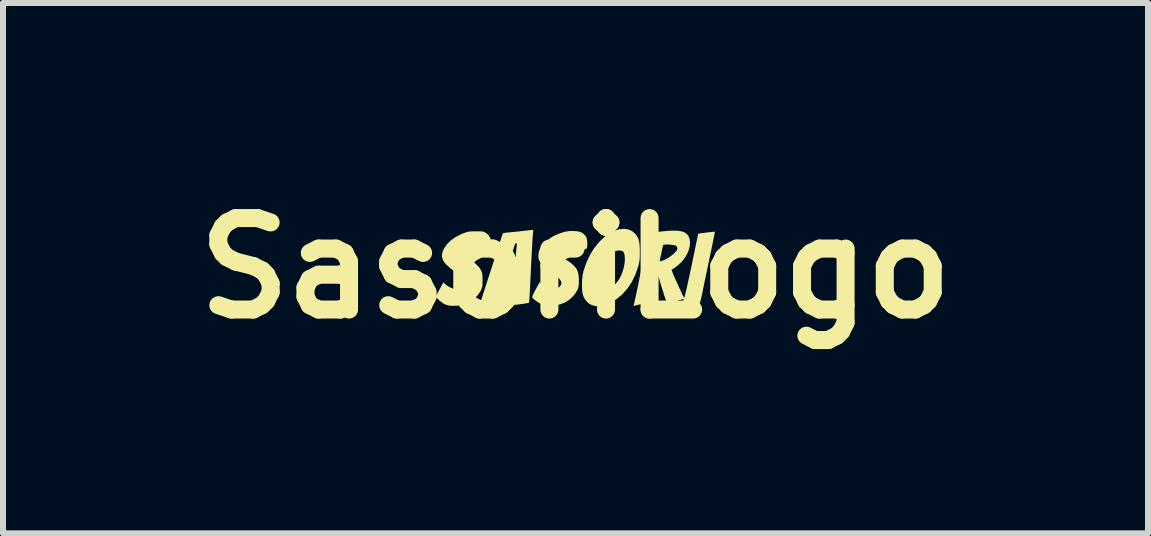
<source format=kicad_pcb>
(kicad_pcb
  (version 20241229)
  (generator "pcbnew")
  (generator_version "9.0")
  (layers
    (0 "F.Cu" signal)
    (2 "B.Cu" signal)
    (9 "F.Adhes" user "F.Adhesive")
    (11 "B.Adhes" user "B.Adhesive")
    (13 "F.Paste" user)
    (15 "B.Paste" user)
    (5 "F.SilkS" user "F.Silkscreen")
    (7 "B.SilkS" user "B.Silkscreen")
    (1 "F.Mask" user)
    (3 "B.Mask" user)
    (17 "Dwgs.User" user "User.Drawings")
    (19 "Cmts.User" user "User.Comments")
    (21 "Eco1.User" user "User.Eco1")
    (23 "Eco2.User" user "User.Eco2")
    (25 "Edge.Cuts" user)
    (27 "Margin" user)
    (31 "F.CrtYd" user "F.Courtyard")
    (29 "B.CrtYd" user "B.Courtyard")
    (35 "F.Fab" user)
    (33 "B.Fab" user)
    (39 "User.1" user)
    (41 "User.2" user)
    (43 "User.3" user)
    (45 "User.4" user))
  (footprint "SasoriLogo"
    (layer "F.Cu")
    (at 6.539 1.418)
    (property "Reference" "SasoriLogo" (at 0 0 0) (layer "F.SilkS") (effects (font (size 1.524 1.524) (thickness 0.3))))
    (attr board_only exclude_from_pos_files exclude_from_bom)
    (fp_poly (pts (xy 0.889 -0.643) (xy 0.949 -0.613) (xy 1 -0.567) (xy 1.027 -0.531) (xy 1.046 -0.492) (xy 1.059 -0.445) (xy 1.067 -0.388) (xy 1.071 -0.317) (xy 1.071 -0.269) (xy 1.071 -0.207) (xy 1.069 -0.159) (xy 1.064 -0.118) (xy 1.057 -0.079) (xy 1.046 -0.036) (xy 1.044 -0.028) (xy 0.997 0.108) (xy 0.937 0.231) (xy 0.863 0.342) (xy 0.777 0.438) (xy 0.679 0.519) (xy 0.58 0.579) (xy 0.547 0.593) (xy 0.506 0.608) (xy 0.463 0.621) (xy 0.423 0.632) (xy 0.391 0.638) (xy 0.376 0.639) (xy 0.364 0.636) (xy 0.339 0.632) (xy 0.325 0.629) (xy 0.274 0.616) (xy 0.237 0.599) (xy 0.204 0.574) (xy 0.183 0.552) (xy 0.153 0.513) (xy 0.132 0.472) (xy 0.118 0.425) (xy 0.11 0.368) (xy 0.107 0.296) (xy 0.107 0.285) (xy 0.373 0.285) (xy 0.411 0.32) (xy 0.447 0.346) (xy 0.485 0.355) (xy 0.53 0.349) (xy 0.574 0.332) (xy 0.625 0.299) (xy 0.675 0.252) (xy 0.72 0.194) (xy 0.752 0.137) (xy 0.78 0.07) (xy 0.801 0.001) (xy 0.815 -0.068) (xy 0.822 -0.132) (xy 0.821 -0.189) (xy 0.814 -0.236) (xy 0.798 -0.27) (xy 0.782 -0.285) (xy 0.76 -0.291) (xy 0.729 -0.294) (xy 0.72 -0.295) (xy 0.664 -0.285) (xy 0.608 -0.257) (xy 0.555 -0.214) (xy 0.506 -0.157) (xy 0.463 -0.089) (xy 0.426 -0.013) (xy 0.399 0.07) (xy 0.382 0.157) (xy 0.379 0.196) (xy 0.373 0.285) (xy 0.107 0.285) (xy 0.107 0.274) (xy 0.11 0.19) (xy 0.119 0.113) (xy 0.136 0.037) (xy 0.163 -0.043) (xy 0.189 -0.111) (xy 0.244 -0.226) (xy 0.306 -0.328) (xy 0.382 -0.422) (xy 0.426 -0.468) (xy 0.501 -0.537) (xy 0.574 -0.589) (xy 0.646 -0.625) (xy 0.721 -0.646) (xy 0.74 -0.65) (xy 0.82 -0.655)) (stroke (width 0) (type solid)) (fill yes) (layer "F.SilkS"))
    (fp_poly (pts (xy -1.609 -0.614) (xy -1.572 -0.613) (xy -1.545 -0.61) (xy -1.525 -0.604) (xy -1.505 -0.594) (xy -1.492 -0.587) (xy -1.448 -0.55) (xy -1.419 -0.5) (xy -1.405 -0.441) (xy -1.408 -0.373) (xy -1.409 -0.367) (xy -1.418 -0.322) (xy -1.524 -0.294) (xy -1.57 -0.281) (xy -1.611 -0.271) (xy -1.641 -0.263) (xy -1.654 -0.259) (xy -1.667 -0.258) (xy -1.674 -0.264) (xy -1.676 -0.282) (xy -1.676 -0.308) (xy -1.678 -0.343) (xy -1.686 -0.366) (xy -1.701 -0.385) (xy -1.702 -0.386) (xy -1.72 -0.401) (xy -1.738 -0.404) (xy -1.763 -0.398) (xy -1.765 -0.398) (xy -1.815 -0.374) (xy -1.854 -0.337) (xy -1.864 -0.322) (xy -1.877 -0.285) (xy -1.871 -0.246) (xy -1.845 -0.206) (xy -1.798 -0.165) (xy -1.736 -0.124) (xy -1.663 -0.073) (xy -1.606 -0.015) (xy -1.574 0.036) (xy -1.563 0.062) (xy -1.556 0.086) (xy -1.551 0.116) (xy -1.55 0.156) (xy -1.549 0.198) (xy -1.55 0.25) (xy -1.552 0.287) (xy -1.557 0.316) (xy -1.565 0.342) (xy -1.576 0.368) (xy -1.623 0.443) (xy -1.685 0.508) (xy -1.762 0.561) (xy -1.85 0.599) (xy -1.885 0.61) (xy -1.968 0.625) (xy -2.05 0.628) (xy -2.123 0.62) (xy -2.128 0.619) (xy -2.164 0.607) (xy -2.2 0.59) (xy -2.204 0.588) (xy -2.23 0.569) (xy -2.26 0.545) (xy -2.289 0.519) (xy -2.312 0.495) (xy -2.325 0.478) (xy -2.327 0.474) (xy -2.322 0.461) (xy -2.309 0.435) (xy -2.29 0.399) (xy -2.267 0.356) (xy -2.264 0.35) (xy -2.201 0.236) (xy -2.17 0.267) (xy -2.136 0.294) (xy -2.092 0.319) (xy -2.044 0.34) (xy -2.001 0.353) (xy -1.978 0.356) (xy -1.936 0.349) (xy -1.895 0.332) (xy -1.863 0.308) (xy -1.85 0.291) (xy -1.84 0.258) (xy -1.844 0.222) (xy -1.865 0.184) (xy -1.903 0.142) (xy -1.959 0.095) (xy -2.011 0.057) (xy -2.089 -0.001) (xy -2.148 -0.054) (xy -2.191 -0.103) (xy -2.216 -0.151) (xy -2.226 -0.199) (xy -2.222 -0.249) (xy -2.203 -0.303) (xy -2.194 -0.323) (xy -2.147 -0.394) (xy -2.082 -0.459) (xy -2 -0.518) (xy -1.902 -0.568) (xy -1.859 -0.585) (xy -1.823 -0.598) (xy -1.792 -0.606) (xy -1.759 -0.611) (xy -1.719 -0.613) (xy -1.664 -0.614) (xy -1.661 -0.614)) (stroke (width 0) (type solid)) (fill yes) (layer "F.SilkS"))
    (fp_poly (pts (xy 0.009 -0.617) (xy 0.061 -0.609) (xy 0.101 -0.594) (xy 0.132 -0.572) (xy 0.165 -0.539) (xy 0.185 -0.502) (xy 0.194 -0.455) (xy 0.196 -0.408) (xy 0.194 -0.371) (xy 0.192 -0.343) (xy 0.189 -0.328) (xy 0.189 -0.328) (xy 0.178 -0.324) (xy 0.152 -0.316) (xy 0.116 -0.305) (xy 0.073 -0.293) (xy 0.029 -0.28) (xy -0.012 -0.269) (xy -0.045 -0.26) (xy -0.067 -0.255) (xy -0.072 -0.254) (xy -0.074 -0.263) (xy -0.074 -0.285) (xy -0.073 -0.29) (xy -0.073 -0.339) (xy -0.088 -0.375) (xy -0.106 -0.392) (xy -0.138 -0.401) (xy -0.176 -0.393) (xy -0.217 -0.369) (xy -0.239 -0.349) (xy -0.267 -0.311) (xy -0.275 -0.271) (xy -0.263 -0.23) (xy -0.255 -0.217) (xy -0.244 -0.205) (xy -0.229 -0.191) (xy -0.204 -0.173) (xy -0.168 -0.148) (xy -0.137 -0.128) (xy -0.07 -0.08) (xy -0.02 -0.035) (xy 0.016 0.01) (xy 0.039 0.06) (xy 0.051 0.118) (xy 0.056 0.187) (xy 0.056 0.203) (xy 0.055 0.254) (xy 0.052 0.291) (xy 0.047 0.32) (xy 0.038 0.347) (xy 0.028 0.369) (xy -0.006 0.425) (xy -0.054 0.481) (xy -0.11 0.53) (xy -0.168 0.568) (xy -0.176 0.572) (xy -0.253 0.602) (xy -0.336 0.621) (xy -0.418 0.628) (xy -0.494 0.624) (xy -0.545 0.611) (xy -0.579 0.596) (xy -0.618 0.573) (xy -0.657 0.547) (xy -0.691 0.521) (xy -0.714 0.497) (xy -0.721 0.489) (xy -0.72 0.474) (xy -0.71 0.445) (xy -0.689 0.402) (xy -0.663 0.353) (xy -0.598 0.234) (xy -0.57 0.263) (xy -0.547 0.283) (xy -0.513 0.306) (xy -0.478 0.325) (xy -0.439 0.343) (xy -0.409 0.352) (xy -0.38 0.354) (xy -0.363 0.353) (xy -0.315 0.342) (xy -0.276 0.319) (xy -0.248 0.289) (xy -0.236 0.255) (xy -0.237 0.23) (xy -0.255 0.195) (xy -0.291 0.153) (xy -0.345 0.105) (xy -0.416 0.051) (xy -0.416 0.051) (xy -0.481 0.002) (xy -0.536 -0.045) (xy -0.577 -0.088) (xy -0.604 -0.125) (xy -0.61 -0.138) (xy -0.619 -0.182) (xy -0.617 -0.237) (xy -0.605 -0.293) (xy -0.603 -0.3) (xy -0.581 -0.343) (xy -0.545 -0.39) (xy -0.499 -0.438) (xy -0.445 -0.483) (xy -0.389 -0.522) (xy -0.356 -0.54) (xy -0.266 -0.579) (xy -0.184 -0.605) (xy -0.107 -0.618) (xy -0.057 -0.62)) (stroke (width 0) (type solid)) (fill yes) (layer "F.SilkS"))
    (fp_poly (pts (xy -0.706 -0.638) (xy -0.705 -0.627) (xy -0.707 -0.601) (xy -0.71 -0.565) (xy -0.712 -0.549) (xy -0.714 -0.52) (xy -0.717 -0.473) (xy -0.721 -0.412) (xy -0.725 -0.338) (xy -0.729 -0.254) (xy -0.734 -0.164) (xy -0.739 -0.07) (xy -0.741 -0.03) (xy -0.747 0.099) (xy -0.753 0.21) (xy -0.757 0.304) (xy -0.761 0.381) (xy -0.765 0.443) (xy -0.768 0.491) (xy -0.77 0.527) (xy -0.772 0.552) (xy -0.774 0.568) (xy -0.776 0.575) (xy -0.776 0.576) (xy -0.788 0.58) (xy -0.815 0.584) (xy -0.853 0.591) (xy -0.898 0.597) (xy -0.945 0.604) (xy -0.991 0.609) (xy -1.03 0.614) (xy -1.059 0.617) (xy -1.073 0.617) (xy -1.073 0.617) (xy -1.074 0.605) (xy -1.073 0.578) (xy -1.069 0.538) (xy -1.064 0.489) (xy -1.062 0.481) (xy -1.056 0.431) (xy -1.052 0.389) (xy -1.048 0.358) (xy -1.047 0.343) (xy -1.046 0.342) (xy -1.056 0.339) (xy -1.081 0.337) (xy -1.116 0.337) (xy -1.13 0.337) (xy -1.214 0.34) (xy -1.248 0.457) (xy -1.262 0.503) (xy -1.273 0.54) (xy -1.281 0.566) (xy -1.285 0.577) (xy -1.285 0.577) (xy -1.295 0.579) (xy -1.321 0.583) (xy -1.359 0.588) (xy -1.403 0.594) (xy -1.451 0.6) (xy -1.497 0.605) (xy -1.537 0.61) (xy -1.557 0.612) (xy -1.581 0.613) (xy -1.594 0.61) (xy -1.595 0.609) (xy -1.592 0.598) (xy -1.583 0.57) (xy -1.57 0.526) (xy -1.552 0.47) (xy -1.53 0.402) (xy -1.505 0.325) (xy -1.478 0.242) (xy -1.464 0.197) (xy -1.449 0.15) (xy -1.166 0.15) (xy -1.162 0.157) (xy -1.144 0.161) (xy -1.108 0.163) (xy -1.103 0.163) (xy -1.06 0.161) (xy -1.036 0.155) (xy -1.031 0.15) (xy -1.029 0.136) (xy -1.026 0.106) (xy -1.021 0.061) (xy -1.015 0.005) (xy -1.009 -0.058) (xy -1.006 -0.091) (xy -1 -0.161) (xy -0.994 -0.226) (xy -0.989 -0.284) (xy -0.984 -0.33) (xy -0.981 -0.361) (xy -0.98 -0.368) (xy -0.978 -0.398) (xy -0.981 -0.412) (xy -0.989 -0.416) (xy -0.993 -0.417) (xy -0.999 -0.414) (xy -1.006 -0.404) (xy -1.014 -0.386) (xy -1.024 -0.356) (xy -1.037 -0.314) (xy -1.054 -0.257) (xy -1.074 -0.184) (xy -1.086 -0.14) (xy -1.106 -0.067) (xy -1.124 -0.001) (xy -1.139 0.056) (xy -1.152 0.102) (xy -1.161 0.134) (xy -1.165 0.149) (xy -1.166 0.15) (xy -1.449 0.15) (xy -1.433 0.101) (xy -1.401 0.004) (xy -1.371 -0.091) (xy -1.342 -0.181) (xy -1.315 -0.262) (xy -1.293 -0.332) (xy -1.276 -0.385) (xy -1.274 -0.391) (xy -1.256 -0.449) (xy -1.239 -0.5) (xy -1.225 -0.541) (xy -1.215 -0.569) (xy -1.21 -0.581) (xy -1.21 -0.581) (xy -1.198 -0.585) (xy -1.169 -0.59) (xy -1.129 -0.594) (xy -1.081 -0.599) (xy -1.077 -0.599) (xy -1.012 -0.605) (xy -0.939 -0.613) (xy -0.868 -0.621) (xy -0.829 -0.625) (xy -0.782 -0.631) (xy -0.743 -0.635) (xy -0.716 -0.638) (xy -0.706 -0.638)) (stroke (width 0) (type solid)) (fill yes) (layer "F.SilkS"))
    (fp_poly (pts (xy 1.704 -0.623) (xy 1.769 -0.613) (xy 1.82 -0.594) (xy 1.858 -0.565) (xy 1.885 -0.527) (xy 1.901 -0.485) (xy 1.908 -0.421) (xy 1.9 -0.35) (xy 1.877 -0.276) (xy 1.841 -0.203) (xy 1.794 -0.135) (xy 1.76 -0.098) (xy 1.721 -0.061) (xy 1.68 -0.027) (xy 1.642 0.001) (xy 1.612 0.019) (xy 1.603 0.023) (xy 1.602 0.033) (xy 1.611 0.06) (xy 1.627 0.102) (xy 1.652 0.158) (xy 1.663 0.184) (xy 1.691 0.243) (xy 1.718 0.303) (xy 1.743 0.358) (xy 1.763 0.403) (xy 1.771 0.42) (xy 1.787 0.455) (xy 1.801 0.48) (xy 1.809 0.491) (xy 1.811 0.491) (xy 1.817 0.475) (xy 1.826 0.44) (xy 1.839 0.388) (xy 1.855 0.32) (xy 1.873 0.238) (xy 1.894 0.142) (xy 1.917 0.035) (xy 1.942 -0.082) (xy 1.968 -0.209) (xy 1.991 -0.319) (xy 2.005 -0.388) (xy 2.018 -0.45) (xy 2.029 -0.502) (xy 2.037 -0.542) (xy 2.043 -0.567) (xy 2.045 -0.574) (xy 2.056 -0.577) (xy 2.083 -0.581) (xy 2.121 -0.586) (xy 2.165 -0.591) (xy 2.211 -0.597) (xy 2.254 -0.602) (xy 2.29 -0.606) (xy 2.314 -0.608) (xy 2.321 -0.608) (xy 2.32 -0.598) (xy 2.315 -0.57) (xy 2.307 -0.526) (xy 2.295 -0.469) (xy 2.282 -0.401) (xy 2.266 -0.324) (xy 2.248 -0.241) (xy 2.246 -0.229) (xy 2.225 -0.132) (xy 2.205 -0.033) (xy 2.184 0.067) (xy 2.164 0.161) (xy 2.146 0.247) (xy 2.131 0.32) (xy 2.123 0.361) (xy 2.11 0.424) (xy 2.097 0.482) (xy 2.086 0.53) (xy 2.077 0.565) (xy 2.071 0.584) (xy 2.07 0.587) (xy 2.054 0.595) (xy 2.027 0.599) (xy 2.02 0.599) (xy 1.992 0.601) (xy 1.951 0.604) (xy 1.904 0.609) (xy 1.884 0.611) (xy 1.842 0.616) (xy 1.808 0.618) (xy 1.787 0.619) (xy 1.783 0.618) (xy 1.783 0.606) (xy 1.788 0.582) (xy 1.792 0.566) (xy 1.799 0.538) (xy 1.802 0.519) (xy 1.802 0.515) (xy 1.791 0.516) (xy 1.764 0.523) (xy 1.726 0.534) (xy 1.679 0.549) (xy 1.663 0.555) (xy 1.615 0.571) (xy 1.574 0.584) (xy 1.544 0.594) (xy 1.529 0.599) (xy 1.527 0.599) (xy 1.523 0.59) (xy 1.515 0.565) (xy 1.502 0.527) (xy 1.487 0.48) (xy 1.47 0.427) (xy 1.452 0.371) (xy 1.435 0.316) (xy 1.419 0.265) (xy 1.406 0.222) (xy 1.397 0.19) (xy 1.396 0.185) (xy 1.384 0.15) (xy 1.373 0.128) (xy 1.365 0.122) (xy 1.352 0.126) (xy 1.351 0.128) (xy 1.349 0.143) (xy 1.344 0.174) (xy 1.335 0.216) (xy 1.325 0.267) (xy 1.313 0.322) (xy 1.3 0.379) (xy 1.288 0.433) (xy 1.278 0.481) (xy 1.269 0.519) (xy 1.262 0.544) (xy 1.26 0.552) (xy 1.247 0.557) (xy 1.219 0.566) (xy 1.18 0.577) (xy 1.132 0.589) (xy 1.126 0.59) (xy 1.077 0.602) (xy 1.034 0.613) (xy 1.001 0.621) (xy 0.983 0.626) (xy 0.982 0.626) (xy 0.968 0.627) (xy 0.969 0.614) (xy 0.969 0.613) (xy 0.977 0.585) (xy 0.987 0.54) (xy 1.001 0.48) (xy 1.016 0.407) (xy 1.034 0.326) (xy 1.052 0.237) (xy 1.07 0.145) (xy 1.089 0.05) (xy 1.107 -0.043) (xy 1.122 -0.118) (xy 1.403 -0.118) (xy 1.412 -0.114) (xy 1.429 -0.118) (xy 1.453 -0.126) (xy 1.488 -0.141) (xy 1.516 -0.155) (xy 1.553 -0.178) (xy 1.596 -0.208) (xy 1.635 -0.24) (xy 1.635 -0.241) (xy 1.667 -0.271) (xy 1.686 -0.293) (xy 1.695 -0.312) (xy 1.697 -0.329) (xy 1.692 -0.356) (xy 1.676 -0.372) (xy 1.672 -0.374) (xy 1.641 -0.383) (xy 1.599 -0.39) (xy 1.553 -0.394) (xy 1.511 -0.395) (xy 1.491 -0.392) (xy 1.458 -0.386) (xy 1.434 -0.272) (xy 1.424 -0.224) (xy 1.415 -0.181) (xy 1.408 -0.149) (xy 1.405 -0.134) (xy 1.403 -0.118) (xy 1.122 -0.118) (xy 1.125 -0.132) (xy 1.14 -0.215) (xy 1.154 -0.289) (xy 1.164 -0.352) (xy 1.172 -0.4) (xy 1.173 -0.406) (xy 1.182 -0.466) (xy 1.188 -0.509) (xy 1.194 -0.538) (xy 1.2 -0.556) (xy 1.209 -0.566) (xy 1.22 -0.572) (xy 1.235 -0.576) (xy 1.242 -0.577) (xy 1.296 -0.59) (xy 1.349 -0.6) (xy 1.408 -0.609) (xy 1.478 -0.616) (xy 1.524 -0.62) (xy 1.623 -0.626)) (stroke (width 0) (type solid)) (fill yes) (layer "F.SilkS")))
  (gr_rect
    (start -3 -3)
    (end 16.077 5.836)
    (stroke (width 0.1) (type default))
    (fill no)
    (layer "Edge.Cuts")))
</source>
